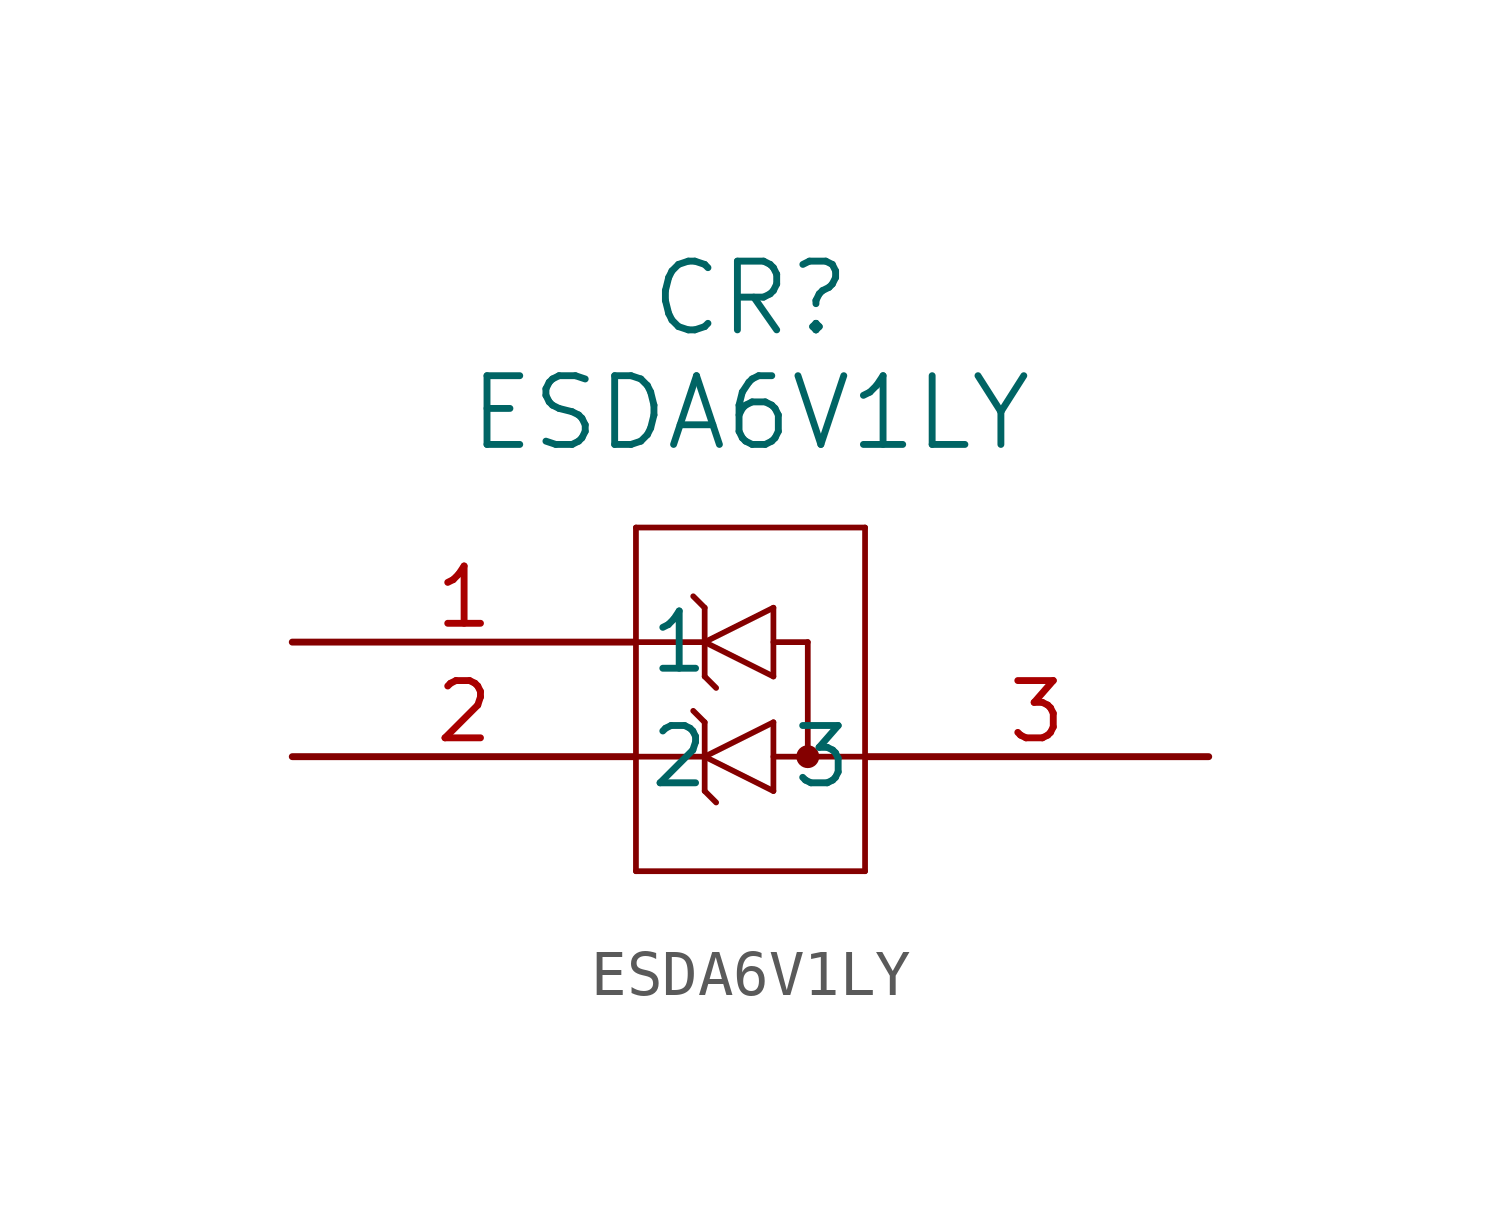
<source format=kicad_sym>
(kicad_symbol_lib
  (version 20211014)
  (generator kicad_symbol_editor)
  (symbol "ESDA6V1LY"
    (pin_names
      (offset 0.254))
    (property "Reference" "CR"
      (at 10.16 7.62 0)
      (effects (font (size 1.524 1.524))))
    (property "Value" "ESDA6V1LY"
      (at 10.16 5.08 0)
      (effects (font (size 1.524 1.524))))
    (polyline
      (pts (xy 7.62 2.54) (xy 7.62 -5.08))
      (stroke (width 0.127) (type default) (color 0 0 0 0))
      (fill (type none)))
    (polyline
      (pts (xy 7.62 -5.08) (xy 12.7 -5.08))
      (stroke (width 0.127) (type default) (color 0 0 0 0))
      (fill (type none)))
    (polyline
      (pts (xy 12.7 -5.08) (xy 12.7 2.54))
      (stroke (width 0.127) (type default) (color 0 0 0 0))
      (fill (type none)))
    (polyline
      (pts (xy 12.7 2.54) (xy 7.62 2.54))
      (stroke (width 0.127) (type default) (color 0 0 0 0))
      (fill (type none)))
    (polyline
      (pts (xy 7.62 -2.54) (xy 9.144 -2.54))
      (stroke (width 0.127) (type default) (color 0 0 0 0))
      (fill (type none)))
    (polyline
      (pts (xy 9.144 0) (xy 7.62 0))
      (stroke (width 0.127) (type default) (color 0 0 0 0))
      (fill (type none)))
    (polyline
      (pts (xy 10.668 0) (xy 11.43 0))
      (stroke (width 0.127) (type default) (color 0 0 0 0))
      (fill (type none)))
    (polyline
      (pts (xy 10.668 -2.54) (xy 12.7 -2.54))
      (stroke (width 0.127) (type default) (color 0 0 0 0))
      (fill (type none)))
    (polyline
      (pts (xy 11.43 0) (xy 11.43 -2.54))
      (stroke (width 0.127) (type default) (color 0 0 0 0))
      (fill (type none)))
    (polyline
      (pts (xy 10.668 -3.302) (xy 10.668 -1.778))
      (stroke (width 0.127) (type default) (color 0 0 0 0))
      (fill (type none)))
    (polyline
      (pts (xy 10.668 -1.778) (xy 9.144 -2.54))
      (stroke (width 0.127) (type default) (color 0 0 0 0))
      (fill (type none)))
    (polyline
      (pts (xy 9.144 -2.54) (xy 10.668 -3.302))
      (stroke (width 0.127) (type default) (color 0 0 0 0))
      (fill (type none)))
    (polyline
      (pts (xy 9.144 -3.302) (xy 9.144 -1.778))
      (stroke (width 0.127) (type default) (color 0 0 0 0))
      (fill (type none)))
    (polyline
      (pts (xy 10.668 -0.762) (xy 10.668 0.762))
      (stroke (width 0.127) (type default) (color 0 0 0 0))
      (fill (type none)))
    (polyline
      (pts (xy 10.668 0.762) (xy 9.144 0))
      (stroke (width 0.127) (type default) (color 0 0 0 0))
      (fill (type none)))
    (polyline
      (pts (xy 9.144 0) (xy 10.668 -0.762))
      (stroke (width 0.127) (type default) (color 0 0 0 0))
      (fill (type none)))
    (polyline
      (pts (xy 9.144 -0.762) (xy 9.144 0.762))
      (stroke (width 0.127) (type default) (color 0 0 0 0))
      (fill (type none)))
    (circle
      (center 11.43 -2.54)
      (radius 0.127)
      (stroke (width 0.254) (type default) (color 0 0 0 0))
      (fill (type none)))
    (polyline
      (pts (xy 9.144 0.762) (xy 8.89 1.016))
      (stroke (width 0.127) (type default) (color 0 0 0 0))
      (fill (type none)))
    (polyline
      (pts (xy 9.144 -0.762) (xy 9.398 -1.016))
      (stroke (width 0.127) (type default) (color 0 0 0 0))
      (fill (type none)))
    (polyline
      (pts (xy 9.144 -1.778) (xy 8.89 -1.524))
      (stroke (width 0.127) (type default) (color 0 0 0 0))
      (fill (type none)))
    (polyline
      (pts (xy 9.144 -3.302) (xy 9.398 -3.556))
      (stroke (width 0.127) (type default) (color 0 0 0 0))
      (fill (type none)))
    (pin unspecified line
      (at 0 0 0)
      (length 7.62)
      (name "1" (effects (font (size 1.27 1.27))))
      (number "1" (effects (font (size 1.27 1.27)))))
    (pin unspecified line
      (at 0 -2.54 0)
      (length 7.62)
      (name "2" (effects (font (size 1.27 1.27))))
      (number "2" (effects (font (size 1.27 1.27)))))
    (pin unspecified line
      (at 20.32 -2.54 180)
      (length 7.62)
      (name "3" (effects (font (size 1.27 1.27))))
      (number "3" (effects (font (size 1.27 1.27)))))))
</source>
